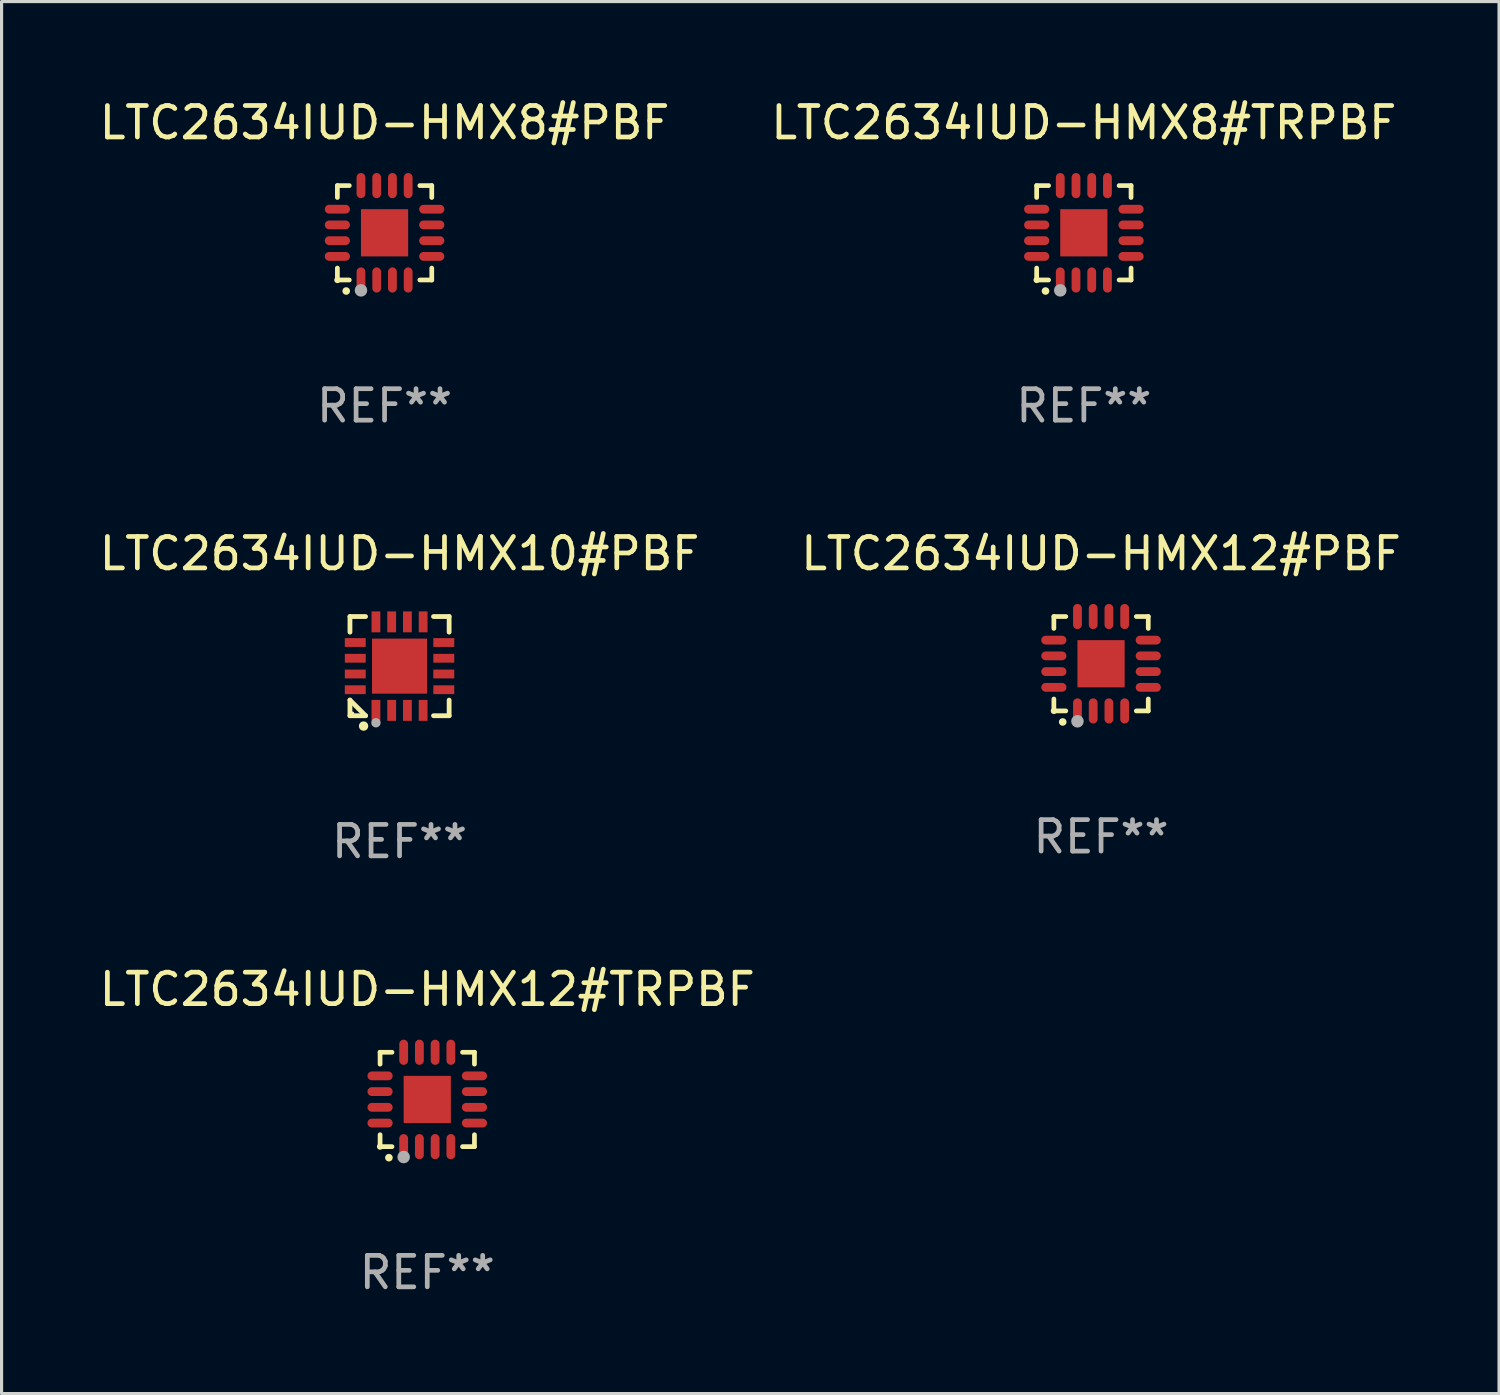
<source format=kicad_pcb>
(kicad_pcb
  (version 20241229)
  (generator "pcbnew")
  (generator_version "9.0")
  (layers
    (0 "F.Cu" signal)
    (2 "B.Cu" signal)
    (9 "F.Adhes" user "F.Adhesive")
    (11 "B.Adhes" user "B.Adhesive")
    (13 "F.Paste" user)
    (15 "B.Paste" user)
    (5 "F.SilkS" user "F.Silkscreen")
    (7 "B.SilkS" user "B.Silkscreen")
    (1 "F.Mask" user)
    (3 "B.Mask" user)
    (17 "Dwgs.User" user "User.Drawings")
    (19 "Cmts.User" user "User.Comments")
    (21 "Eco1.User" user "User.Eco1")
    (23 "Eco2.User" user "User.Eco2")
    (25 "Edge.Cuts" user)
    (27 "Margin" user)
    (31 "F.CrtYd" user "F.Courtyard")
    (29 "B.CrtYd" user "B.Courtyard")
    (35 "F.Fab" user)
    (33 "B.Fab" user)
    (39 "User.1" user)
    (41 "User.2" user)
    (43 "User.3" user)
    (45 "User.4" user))
  (footprint "LTC2634IUD-HMX12#PBF"
    (layer "F.Cu")
    (at 31.946 18.046)
    (property "Reference" "LTC2634IUD-HMX12#PBF" (at 0 -3.5 0) (layer "F.SilkS") (effects (font (size 1 1) (thickness 0.15))))
    (attr through_hole)
    (fp_line (start -1.5 -1.5) (end -1.121 -1.5) (stroke (width 0.15) (type solid)) (layer "F.SilkS"))
    (fp_line (start -1.5 -1.122) (end -1.5 -1.5) (stroke (width 0.15) (type solid)) (layer "F.SilkS"))
    (fp_line (start -1.5 1.5) (end -1.5 1.121) (stroke (width 0.15) (type solid)) (layer "F.SilkS"))
    (fp_line (start -1.121 1.5) (end -1.5 1.5) (stroke (width 0.15) (type solid)) (layer "F.SilkS"))
    (fp_line (start 1.121 -1.5) (end 1.5 -1.5) (stroke (width 0.15) (type solid)) (layer "F.SilkS"))
    (fp_line (start 1.5 -1.5) (end 1.5 -1.122) (stroke (width 0.15) (type solid)) (layer "F.SilkS"))
    (fp_line (start 1.5 1.121) (end 1.5 1.5) (stroke (width 0.15) (type solid)) (layer "F.SilkS"))
    (fp_line (start 1.5 1.5) (end 1.121 1.5) (stroke (width 0.15) (type solid)) (layer "F.SilkS"))
    (fp_arc (start -1.219926 1.850254) (mid -1.21891 1.85025) (end -1.217894 1.850254) (stroke (width 0.240005) (type solid)) (layer "F.SilkS"))
    (fp_circle (center -1.5 1.5) (end -1.45 1.5) (stroke (width 0.1) (type solid)) (fill no) (layer "F.SilkS"))
    (fp_circle (center -0.75 1.83) (end -0.65 1.83) (stroke (width 0.2) (type solid)) (fill no) (layer "F.Fab"))
    (fp_text user "REF**" (at 0 5.5 0) (layer "F.Fab") (effects (font (size 1 1) (thickness 0.15))))
    (pad "1" smd oval (at -0.75 1.5) (size 0.28 0.8) (layers "F.Cu" "F.Mask" "F.Paste"))
    (pad "2" smd oval (at -0.25 1.5) (size 0.28 0.8) (layers "F.Cu" "F.Mask" "F.Paste"))
    (pad "3" smd oval (at 0.25 1.5) (size 0.28 0.8) (layers "F.Cu" "F.Mask" "F.Paste"))
    (pad "4" smd oval (at 0.75 1.5) (size 0.28 0.8) (layers "F.Cu" "F.Mask" "F.Paste"))
    (pad "5" smd oval (at 1.5 0.75) (size 0.8 0.28) (layers "F.Cu" "F.Mask" "F.Paste"))
    (pad "6" smd oval (at 1.5 0.25) (size 0.8 0.28) (layers "F.Cu" "F.Mask" "F.Paste"))
    (pad "7" smd oval (at 1.5 -0.25) (size 0.8 0.28) (layers "F.Cu" "F.Mask" "F.Paste"))
    (pad "8" smd oval (at 1.5 -0.75) (size 0.8 0.28) (layers "F.Cu" "F.Mask" "F.Paste"))
    (pad "9" smd oval (at 0.75 -1.5) (size 0.28 0.8) (layers "F.Cu" "F.Mask" "F.Paste"))
    (pad "10" smd oval (at 0.25 -1.5) (size 0.28 0.8) (layers "F.Cu" "F.Mask" "F.Paste"))
    (pad "11" smd oval (at -0.25 -1.5) (size 0.28 0.8) (layers "F.Cu" "F.Mask" "F.Paste"))
    (pad "12" smd oval (at -0.75 -1.5) (size 0.28 0.8) (layers "F.Cu" "F.Mask" "F.Paste"))
    (pad "13" smd oval (at -1.5 -0.75) (size 0.8 0.28) (layers "F.Cu" "F.Mask" "F.Paste"))
    (pad "14" smd oval (at -1.5 -0.25) (size 0.8 0.28) (layers "F.Cu" "F.Mask" "F.Paste"))
    (pad "15" smd oval (at -1.5 0.25) (size 0.8 0.28) (layers "F.Cu" "F.Mask" "F.Paste"))
    (pad "16" smd oval (at -1.5 0.75) (size 0.8 0.28) (layers "F.Cu" "F.Mask" "F.Paste"))
    (pad "17" smd rect (at -0.000064 0.000165) (size 1.5 1.5) (layers "F.Cu" "F.Mask" "F.Paste")))
  (footprint "LTC2634IUD-HMX12#TRPBF"
    (layer "F.Cu")
    (at 10.53 31.895)
    (property "Reference" "LTC2634IUD-HMX12#TRPBF" (at 0 -3.5 0) (layer "F.SilkS") (effects (font (size 1 1) (thickness 0.15))))
    (attr through_hole)
    (fp_line (start -1.5 -1.5) (end -1.121 -1.5) (stroke (width 0.15) (type solid)) (layer "F.SilkS"))
    (fp_line (start -1.5 -1.122) (end -1.5 -1.5) (stroke (width 0.15) (type solid)) (layer "F.SilkS"))
    (fp_line (start -1.5 1.5) (end -1.5 1.121) (stroke (width 0.15) (type solid)) (layer "F.SilkS"))
    (fp_line (start -1.121 1.5) (end -1.5 1.5) (stroke (width 0.15) (type solid)) (layer "F.SilkS"))
    (fp_line (start 1.121 -1.5) (end 1.5 -1.5) (stroke (width 0.15) (type solid)) (layer "F.SilkS"))
    (fp_line (start 1.5 -1.5) (end 1.5 -1.122) (stroke (width 0.15) (type solid)) (layer "F.SilkS"))
    (fp_line (start 1.5 1.121) (end 1.5 1.5) (stroke (width 0.15) (type solid)) (layer "F.SilkS"))
    (fp_line (start 1.5 1.5) (end 1.121 1.5) (stroke (width 0.15) (type solid)) (layer "F.SilkS"))
    (fp_arc (start -1.219926 1.850254) (mid -1.21891 1.85025) (end -1.217894 1.850254) (stroke (width 0.240005) (type solid)) (layer "F.SilkS"))
    (fp_circle (center -1.5 1.5) (end -1.45 1.5) (stroke (width 0.1) (type solid)) (fill no) (layer "F.SilkS"))
    (fp_circle (center -0.75 1.83) (end -0.65 1.83) (stroke (width 0.2) (type solid)) (fill no) (layer "F.Fab"))
    (fp_text user "REF**" (at 0 5.5 0) (layer "F.Fab") (effects (font (size 1 1) (thickness 0.15))))
    (pad "1" smd oval (at -0.75 1.5) (size 0.28 0.8) (layers "F.Cu" "F.Mask" "F.Paste"))
    (pad "2" smd oval (at -0.25 1.5) (size 0.28 0.8) (layers "F.Cu" "F.Mask" "F.Paste"))
    (pad "3" smd oval (at 0.25 1.5) (size 0.28 0.8) (layers "F.Cu" "F.Mask" "F.Paste"))
    (pad "4" smd oval (at 0.75 1.5) (size 0.28 0.8) (layers "F.Cu" "F.Mask" "F.Paste"))
    (pad "5" smd oval (at 1.5 0.75) (size 0.8 0.28) (layers "F.Cu" "F.Mask" "F.Paste"))
    (pad "6" smd oval (at 1.5 0.25) (size 0.8 0.28) (layers "F.Cu" "F.Mask" "F.Paste"))
    (pad "7" smd oval (at 1.5 -0.25) (size 0.8 0.28) (layers "F.Cu" "F.Mask" "F.Paste"))
    (pad "8" smd oval (at 1.5 -0.75) (size 0.8 0.28) (layers "F.Cu" "F.Mask" "F.Paste"))
    (pad "9" smd oval (at 0.75 -1.5) (size 0.28 0.8) (layers "F.Cu" "F.Mask" "F.Paste"))
    (pad "10" smd oval (at 0.25 -1.5) (size 0.28 0.8) (layers "F.Cu" "F.Mask" "F.Paste"))
    (pad "11" smd oval (at -0.25 -1.5) (size 0.28 0.8) (layers "F.Cu" "F.Mask" "F.Paste"))
    (pad "12" smd oval (at -0.75 -1.5) (size 0.28 0.8) (layers "F.Cu" "F.Mask" "F.Paste"))
    (pad "13" smd oval (at -1.5 -0.75) (size 0.8 0.28) (layers "F.Cu" "F.Mask" "F.Paste"))
    (pad "14" smd oval (at -1.5 -0.25) (size 0.8 0.28) (layers "F.Cu" "F.Mask" "F.Paste"))
    (pad "15" smd oval (at -1.5 0.25) (size 0.8 0.28) (layers "F.Cu" "F.Mask" "F.Paste"))
    (pad "16" smd oval (at -1.5 0.75) (size 0.8 0.28) (layers "F.Cu" "F.Mask" "F.Paste"))
    (pad "17" smd rect (at -0.000064 0.000165) (size 1.5 1.5) (layers "F.Cu" "F.Mask" "F.Paste")))
  (footprint "LTC2634IUD-HMX10#PBF"
    (layer "F.Cu")
    (at 9.649 18.122)
    (property "Reference" "LTC2634IUD-HMX10#PBF" (at 0 -3.576 0) (layer "F.SilkS") (effects (font (size 1 1) (thickness 0.15))))
    (attr through_hole)
    (fp_line (start -1.576 -1.576) (end -1.08 -1.576) (stroke (width 0.152) (type solid)) (layer "F.SilkS"))
    (fp_line (start -1.576 -1.08) (end -1.576 -1.576) (stroke (width 0.152) (type solid)) (layer "F.SilkS"))
    (fp_line (start -1.576 1.08) (end -1.576 1.576) (stroke (width 0.152) (type solid)) (layer "F.SilkS"))
    (fp_line (start -1.576 1.576) (end -1.08 1.576) (stroke (width 0.152) (type solid)) (layer "F.SilkS"))
    (fp_line (start -1.08 1.576) (end -1.576 1.08) (stroke (width 0.152) (type solid)) (layer "F.SilkS"))
    (fp_line (start 1.576 -1.576) (end 1.08 -1.576) (stroke (width 0.152) (type solid)) (layer "F.SilkS"))
    (fp_line (start 1.576 -1.08) (end 1.576 -1.576) (stroke (width 0.152) (type solid)) (layer "F.SilkS"))
    (fp_line (start 1.576 1.08) (end 1.576 1.576) (stroke (width 0.152) (type solid)) (layer "F.SilkS"))
    (fp_line (start 1.576 1.576) (end 1.08 1.576) (stroke (width 0.152) (type solid)) (layer "F.SilkS"))
    (fp_circle (center -1.5 1.5) (end -1.47 1.5) (stroke (width 0.06) (type solid)) (fill no) (layer "F.SilkS"))
    (fp_circle (center -1.143 1.905) (end -1.068 1.905) (stroke (width 0.15) (type solid)) (fill no) (layer "F.SilkS"))
    (fp_circle (center -0.75 1.8) (end -0.675 1.8) (stroke (width 0.15) (type solid)) (fill no) (layer "F.Fab"))
    (fp_text user "REF**" (at 0 5.576 0) (layer "F.Fab") (effects (font (size 1 1) (thickness 0.15))))
    (pad "1" smd rect (at -0.75 1.407) (size 0.28 0.665) (layers "F.Cu" "F.Mask" "F.Paste"))
    (pad "2" smd rect (at -0.25 1.407) (size 0.28 0.665) (layers "F.Cu" "F.Mask" "F.Paste"))
    (pad "3" smd rect (at 0.25 1.407) (size 0.28 0.665) (layers "F.Cu" "F.Mask" "F.Paste"))
    (pad "4" smd rect (at 0.75 1.407) (size 0.28 0.665) (layers "F.Cu" "F.Mask" "F.Paste"))
    (pad "5" smd rect (at 1.407 0.75) (size 0.665 0.28) (layers "F.Cu" "F.Mask" "F.Paste"))
    (pad "6" smd rect (at 1.407 0.25) (size 0.665 0.28) (layers "F.Cu" "F.Mask" "F.Paste"))
    (pad "7" smd rect (at 1.407 -0.25) (size 0.665 0.28) (layers "F.Cu" "F.Mask" "F.Paste"))
    (pad "8" smd rect (at 1.407 -0.75) (size 0.665 0.28) (layers "F.Cu" "F.Mask" "F.Paste"))
    (pad "9" smd rect (at 0.75 -1.407) (size 0.28 0.665) (layers "F.Cu" "F.Mask" "F.Paste"))
    (pad "10" smd rect (at 0.25 -1.407) (size 0.28 0.665) (layers "F.Cu" "F.Mask" "F.Paste"))
    (pad "11" smd rect (at -0.25 -1.407) (size 0.28 0.665) (layers "F.Cu" "F.Mask" "F.Paste"))
    (pad "12" smd rect (at -0.75 -1.407) (size 0.28 0.665) (layers "F.Cu" "F.Mask" "F.Paste"))
    (pad "13" smd rect (at -1.407 -0.75) (size 0.665 0.28) (layers "F.Cu" "F.Mask" "F.Paste"))
    (pad "14" smd rect (at -1.407 -0.25) (size 0.665 0.28) (layers "F.Cu" "F.Mask" "F.Paste"))
    (pad "15" smd rect (at -1.407 0.25) (size 0.665 0.28) (layers "F.Cu" "F.Mask" "F.Paste"))
    (pad "16" smd rect (at -1.407 0.75) (size 0.665 0.28) (layers "F.Cu" "F.Mask" "F.Paste"))
    (pad "17" smd rect (at 0 0) (size 1.75 1.75) (layers "F.Cu" "F.Mask" "F.Paste")))
  (footprint "LTC2634IUD-HMX8#TRPBF"
    (layer "F.Cu")
    (at 31.399 4.349)
    (property "Reference" "LTC2634IUD-HMX8#TRPBF" (at 0 -3.5 0) (layer "F.SilkS") (effects (font (size 1 1) (thickness 0.15))))
    (attr through_hole)
    (fp_line (start -1.5 -1.5) (end -1.121 -1.5) (stroke (width 0.15) (type solid)) (layer "F.SilkS"))
    (fp_line (start -1.5 -1.122) (end -1.5 -1.5) (stroke (width 0.15) (type solid)) (layer "F.SilkS"))
    (fp_line (start -1.5 1.5) (end -1.5 1.121) (stroke (width 0.15) (type solid)) (layer "F.SilkS"))
    (fp_line (start -1.121 1.5) (end -1.5 1.5) (stroke (width 0.15) (type solid)) (layer "F.SilkS"))
    (fp_line (start 1.121 -1.5) (end 1.5 -1.5) (stroke (width 0.15) (type solid)) (layer "F.SilkS"))
    (fp_line (start 1.5 -1.5) (end 1.5 -1.122) (stroke (width 0.15) (type solid)) (layer "F.SilkS"))
    (fp_line (start 1.5 1.121) (end 1.5 1.5) (stroke (width 0.15) (type solid)) (layer "F.SilkS"))
    (fp_line (start 1.5 1.5) (end 1.121 1.5) (stroke (width 0.15) (type solid)) (layer "F.SilkS"))
    (fp_arc (start -1.219926 1.850254) (mid -1.21891 1.85025) (end -1.217894 1.850254) (stroke (width 0.240005) (type solid)) (layer "F.SilkS"))
    (fp_circle (center -1.5 1.5) (end -1.45 1.5) (stroke (width 0.1) (type solid)) (fill no) (layer "F.SilkS"))
    (fp_circle (center -0.75 1.83) (end -0.65 1.83) (stroke (width 0.2) (type solid)) (fill no) (layer "F.Fab"))
    (fp_text user "REF**" (at 0 5.5 0) (layer "F.Fab") (effects (font (size 1 1) (thickness 0.15))))
    (pad "1" smd oval (at -0.75 1.5) (size 0.28 0.8) (layers "F.Cu" "F.Mask" "F.Paste"))
    (pad "2" smd oval (at -0.25 1.5) (size 0.28 0.8) (layers "F.Cu" "F.Mask" "F.Paste"))
    (pad "3" smd oval (at 0.25 1.5) (size 0.28 0.8) (layers "F.Cu" "F.Mask" "F.Paste"))
    (pad "4" smd oval (at 0.75 1.5) (size 0.28 0.8) (layers "F.Cu" "F.Mask" "F.Paste"))
    (pad "5" smd oval (at 1.5 0.75) (size 0.8 0.28) (layers "F.Cu" "F.Mask" "F.Paste"))
    (pad "6" smd oval (at 1.5 0.25) (size 0.8 0.28) (layers "F.Cu" "F.Mask" "F.Paste"))
    (pad "7" smd oval (at 1.5 -0.25) (size 0.8 0.28) (layers "F.Cu" "F.Mask" "F.Paste"))
    (pad "8" smd oval (at 1.5 -0.75) (size 0.8 0.28) (layers "F.Cu" "F.Mask" "F.Paste"))
    (pad "9" smd oval (at 0.75 -1.5) (size 0.28 0.8) (layers "F.Cu" "F.Mask" "F.Paste"))
    (pad "10" smd oval (at 0.25 -1.5) (size 0.28 0.8) (layers "F.Cu" "F.Mask" "F.Paste"))
    (pad "11" smd oval (at -0.25 -1.5) (size 0.28 0.8) (layers "F.Cu" "F.Mask" "F.Paste"))
    (pad "12" smd oval (at -0.75 -1.5) (size 0.28 0.8) (layers "F.Cu" "F.Mask" "F.Paste"))
    (pad "13" smd oval (at -1.5 -0.75) (size 0.8 0.28) (layers "F.Cu" "F.Mask" "F.Paste"))
    (pad "14" smd oval (at -1.5 -0.25) (size 0.8 0.28) (layers "F.Cu" "F.Mask" "F.Paste"))
    (pad "15" smd oval (at -1.5 0.25) (size 0.8 0.28) (layers "F.Cu" "F.Mask" "F.Paste"))
    (pad "16" smd oval (at -1.5 0.75) (size 0.8 0.28) (layers "F.Cu" "F.Mask" "F.Paste"))
    (pad "17" smd rect (at -0.000064 0.000165) (size 1.5 1.5) (layers "F.Cu" "F.Mask" "F.Paste")))
  (footprint "LTC2634IUD-HMX8#PBF"
    (layer "F.Cu")
    (at 9.173 4.349)
    (property "Reference" "LTC2634IUD-HMX8#PBF" (at 0 -3.5 0) (layer "F.SilkS") (effects (font (size 1 1) (thickness 0.15))))
    (attr through_hole)
    (fp_line (start -1.5 -1.5) (end -1.121 -1.5) (stroke (width 0.15) (type solid)) (layer "F.SilkS"))
    (fp_line (start -1.5 -1.122) (end -1.5 -1.5) (stroke (width 0.15) (type solid)) (layer "F.SilkS"))
    (fp_line (start -1.5 1.5) (end -1.5 1.121) (stroke (width 0.15) (type solid)) (layer "F.SilkS"))
    (fp_line (start -1.121 1.5) (end -1.5 1.5) (stroke (width 0.15) (type solid)) (layer "F.SilkS"))
    (fp_line (start 1.121 -1.5) (end 1.5 -1.5) (stroke (width 0.15) (type solid)) (layer "F.SilkS"))
    (fp_line (start 1.5 -1.5) (end 1.5 -1.122) (stroke (width 0.15) (type solid)) (layer "F.SilkS"))
    (fp_line (start 1.5 1.121) (end 1.5 1.5) (stroke (width 0.15) (type solid)) (layer "F.SilkS"))
    (fp_line (start 1.5 1.5) (end 1.121 1.5) (stroke (width 0.15) (type solid)) (layer "F.SilkS"))
    (fp_arc (start -1.219926 1.850254) (mid -1.21891 1.85025) (end -1.217894 1.850254) (stroke (width 0.240005) (type solid)) (layer "F.SilkS"))
    (fp_circle (center -1.5 1.5) (end -1.45 1.5) (stroke (width 0.1) (type solid)) (fill no) (layer "F.SilkS"))
    (fp_circle (center -0.75 1.83) (end -0.65 1.83) (stroke (width 0.2) (type solid)) (fill no) (layer "F.Fab"))
    (fp_text user "REF**" (at 0 5.5 0) (layer "F.Fab") (effects (font (size 1 1) (thickness 0.15))))
    (pad "1" smd oval (at -0.75 1.5) (size 0.28 0.8) (layers "F.Cu" "F.Mask" "F.Paste"))
    (pad "2" smd oval (at -0.25 1.5) (size 0.28 0.8) (layers "F.Cu" "F.Mask" "F.Paste"))
    (pad "3" smd oval (at 0.25 1.5) (size 0.28 0.8) (layers "F.Cu" "F.Mask" "F.Paste"))
    (pad "4" smd oval (at 0.75 1.5) (size 0.28 0.8) (layers "F.Cu" "F.Mask" "F.Paste"))
    (pad "5" smd oval (at 1.5 0.75) (size 0.8 0.28) (layers "F.Cu" "F.Mask" "F.Paste"))
    (pad "6" smd oval (at 1.5 0.25) (size 0.8 0.28) (layers "F.Cu" "F.Mask" "F.Paste"))
    (pad "7" smd oval (at 1.5 -0.25) (size 0.8 0.28) (layers "F.Cu" "F.Mask" "F.Paste"))
    (pad "8" smd oval (at 1.5 -0.75) (size 0.8 0.28) (layers "F.Cu" "F.Mask" "F.Paste"))
    (pad "9" smd oval (at 0.75 -1.5) (size 0.28 0.8) (layers "F.Cu" "F.Mask" "F.Paste"))
    (pad "10" smd oval (at 0.25 -1.5) (size 0.28 0.8) (layers "F.Cu" "F.Mask" "F.Paste"))
    (pad "11" smd oval (at -0.25 -1.5) (size 0.28 0.8) (layers "F.Cu" "F.Mask" "F.Paste"))
    (pad "12" smd oval (at -0.75 -1.5) (size 0.28 0.8) (layers "F.Cu" "F.Mask" "F.Paste"))
    (pad "13" smd oval (at -1.5 -0.75) (size 0.8 0.28) (layers "F.Cu" "F.Mask" "F.Paste"))
    (pad "14" smd oval (at -1.5 -0.25) (size 0.8 0.28) (layers "F.Cu" "F.Mask" "F.Paste"))
    (pad "15" smd oval (at -1.5 0.25) (size 0.8 0.28) (layers "F.Cu" "F.Mask" "F.Paste"))
    (pad "16" smd oval (at -1.5 0.75) (size 0.8 0.28) (layers "F.Cu" "F.Mask" "F.Paste"))
    (pad "17" smd rect (at -0.000064 0.000165) (size 1.5 1.5) (layers "F.Cu" "F.Mask" "F.Paste")))
  (gr_rect
    (start -3 -3)
    (end 44.595 41.243)
    (stroke (width 0.1) (type default))
    (fill no)
    (layer "Edge.Cuts")))
</source>
